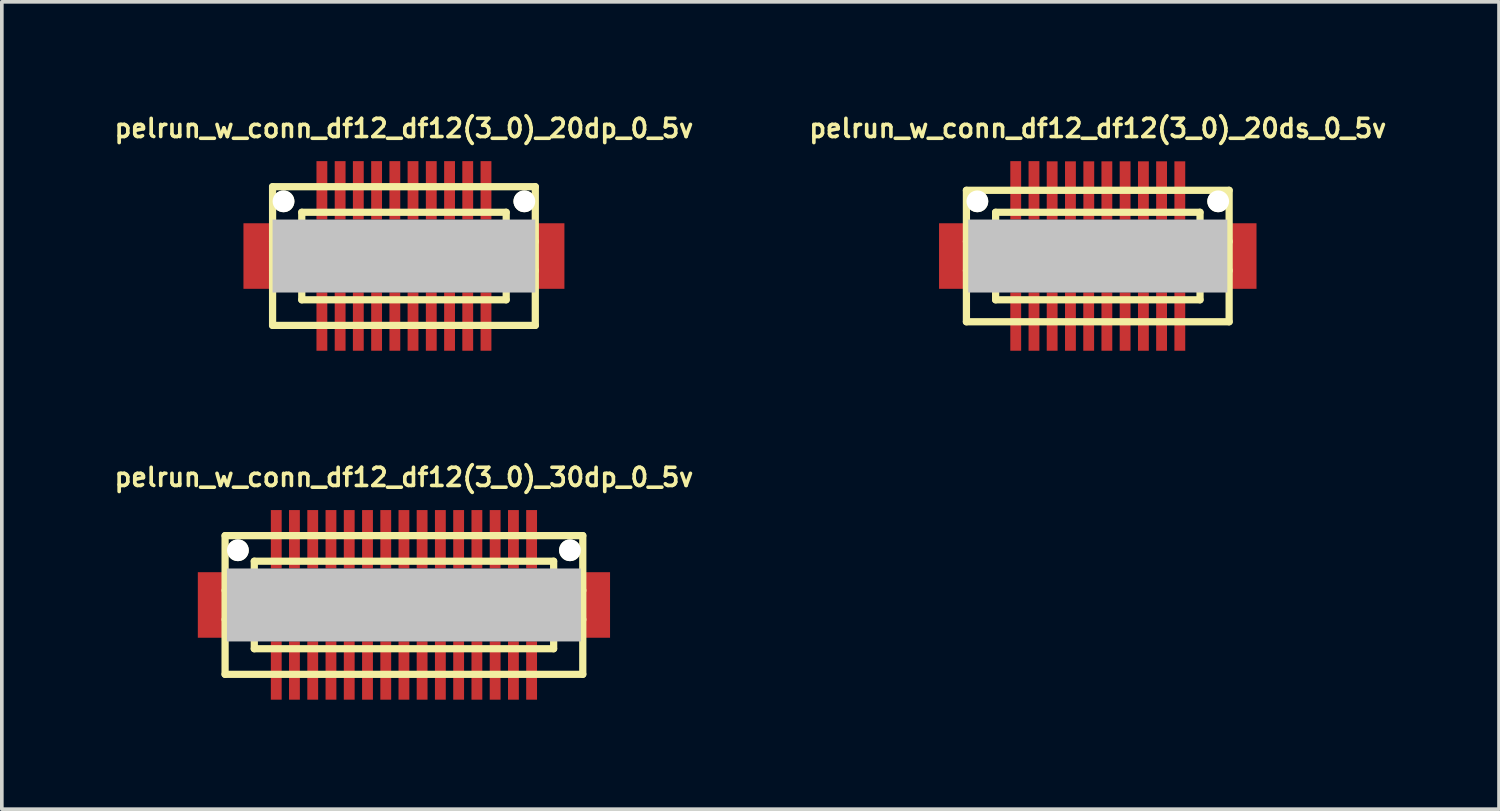
<source format=kicad_pcb>
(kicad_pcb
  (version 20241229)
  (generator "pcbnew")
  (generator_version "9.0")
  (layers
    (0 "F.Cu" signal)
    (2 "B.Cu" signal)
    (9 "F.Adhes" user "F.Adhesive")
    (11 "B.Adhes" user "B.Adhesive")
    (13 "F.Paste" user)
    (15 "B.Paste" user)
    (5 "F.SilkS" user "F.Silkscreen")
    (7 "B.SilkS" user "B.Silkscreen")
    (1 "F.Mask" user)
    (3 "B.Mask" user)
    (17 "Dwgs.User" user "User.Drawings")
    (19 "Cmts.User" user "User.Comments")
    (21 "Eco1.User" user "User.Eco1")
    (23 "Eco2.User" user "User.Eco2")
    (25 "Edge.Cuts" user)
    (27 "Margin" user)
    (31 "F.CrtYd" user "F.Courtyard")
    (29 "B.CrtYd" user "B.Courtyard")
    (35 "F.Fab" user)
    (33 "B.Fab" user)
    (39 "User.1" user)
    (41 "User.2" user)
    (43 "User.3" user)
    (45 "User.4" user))
  (footprint "pelrun_w_conn_df12_df12(3_0)_20ds_0_5v"
    (layer "F.Cu")
    (at 27.027 3.965)
    (property "Reference" "pelrun_w_conn_df12_df12(3_0)_20ds_0_5v" (at 0 -3.5 0) (layer "F.SilkS") (effects (font (size 0.498 0.498) (thickness 0.099))))
    (attr through_hole)
    (fp_line (start -3.599 1.801) (end -3.599 -1.801) (stroke (width 0.198) (type solid)) (layer "F.SilkS"))
    (fp_line (start -3.599 1.801) (end 3.599 1.801) (stroke (width 0.198) (type solid)) (layer "F.SilkS"))
    (fp_line (start -2.799 -1.199) (end 2.799 -1.199) (stroke (width 0.198) (type solid)) (layer "F.SilkS"))
    (fp_line (start -2.799 -0.399) (end -3.599 -0.399) (stroke (width 0.198) (type solid)) (layer "F.SilkS"))
    (fp_line (start -2.799 0.399) (end -3.599 0.399) (stroke (width 0.198) (type solid)) (layer "F.SilkS"))
    (fp_line (start -2.799 0.701) (end 2.799 0.701) (stroke (width 0.198) (type solid)) (layer "F.SilkS"))
    (fp_line (start -2.799 1.199) (end -2.799 -1.199) (stroke (width 0.198) (type solid)) (layer "F.SilkS"))
    (fp_line (start 2.799 -0.701) (end -2.799 -0.701) (stroke (width 0.198) (type solid)) (layer "F.SilkS"))
    (fp_line (start 2.799 1.199) (end -2.799 1.199) (stroke (width 0.198) (type solid)) (layer "F.SilkS"))
    (fp_line (start 2.802 -1.199) (end 2.802 1.199) (stroke (width 0.198) (type solid)) (layer "F.SilkS"))
    (fp_line (start 2.802 -0.399) (end 3.602 -0.399) (stroke (width 0.198) (type solid)) (layer "F.SilkS"))
    (fp_line (start 3.599 -1.801) (end -3.599 -1.801) (stroke (width 0.198) (type solid)) (layer "F.SilkS"))
    (fp_line (start 3.599 -1.801) (end 3.599 1.801) (stroke (width 0.198) (type solid)) (layer "F.SilkS"))
    (fp_line (start 3.602 0.399) (end 2.802 0.399) (stroke (width 0.198) (type solid)) (layer "F.SilkS"))
    (pad "" smd rect (at -3.95 0) (size 0.798 1.796) (layers "F.Cu" "F.Mask" "F.Paste"))
    (pad "" np_thru_hole circle (at -3.299 -1.499) (size 0.597 0.597) (drill 0.597) (layers "*.Cu" "*.Mask" "F.SilkS"))
    (pad "" smd rect (at 0 0) (size 7.099 1.999) (layers "Dwgs.User"))
    (pad "" np_thru_hole circle (at 3.299 -1.499) (size 0.597 0.597) (drill 0.597) (layers "*.Cu" "*.Mask" "F.SilkS"))
    (pad "" smd rect (at 3.95 0) (size 0.798 1.796) (layers "F.Cu" "F.Mask" "F.Paste"))
    (pad "1" smd rect (at -2.248 1.796) (size 0.297 1.598) (layers "F.Cu" "F.Mask" "F.Paste"))
    (pad "2" smd rect (at -1.748 1.796) (size 0.297 1.598) (layers "F.Cu" "F.Mask" "F.Paste"))
    (pad "3" smd rect (at -1.25 1.796) (size 0.297 1.598) (layers "F.Cu" "F.Mask" "F.Paste"))
    (pad "4" smd rect (at -0.749 1.796) (size 0.297 1.598) (layers "F.Cu" "F.Mask" "F.Paste"))
    (pad "5" smd rect (at -0.249 1.796) (size 0.297 1.598) (layers "F.Cu" "F.Mask" "F.Paste"))
    (pad "6" smd rect (at 0.249 1.796) (size 0.297 1.598) (layers "F.Cu" "F.Mask" "F.Paste"))
    (pad "7" smd rect (at 0.749 1.796) (size 0.297 1.598) (layers "F.Cu" "F.Mask" "F.Paste"))
    (pad "8" smd rect (at 1.25 1.796) (size 0.297 1.598) (layers "F.Cu" "F.Mask" "F.Paste"))
    (pad "9" smd rect (at 1.748 1.796) (size 0.297 1.598) (layers "F.Cu" "F.Mask" "F.Paste"))
    (pad "10" smd rect (at 2.248 1.796) (size 0.297 1.598) (layers "F.Cu" "F.Mask" "F.Paste"))
    (pad "11" smd rect (at 2.248 -1.796) (size 0.297 1.598) (layers "F.Cu" "F.Mask" "F.Paste"))
    (pad "12" smd rect (at 1.748 -1.796) (size 0.297 1.598) (layers "F.Cu" "F.Mask" "F.Paste"))
    (pad "13" smd rect (at 1.25 -1.796) (size 0.297 1.598) (layers "F.Cu" "F.Mask" "F.Paste"))
    (pad "14" smd rect (at 0.749 -1.796) (size 0.297 1.598) (layers "F.Cu" "F.Mask" "F.Paste"))
    (pad "15" smd rect (at 0.249 -1.796) (size 0.297 1.598) (layers "F.Cu" "F.Mask" "F.Paste"))
    (pad "16" smd rect (at -0.246 -1.796) (size 0.297 1.598) (layers "F.Cu" "F.Mask" "F.Paste"))
    (pad "17" smd rect (at -0.749 -1.796) (size 0.297 1.598) (layers "F.Cu" "F.Mask" "F.Paste"))
    (pad "18" smd rect (at -1.25 -1.796) (size 0.297 1.598) (layers "F.Cu" "F.Mask" "F.Paste"))
    (pad "19" smd rect (at -1.748 -1.801) (size 0.297 1.598) (layers "F.Cu" "F.Mask" "F.Paste"))
    (pad "20" smd rect (at -2.248 -1.801) (size 0.297 1.598) (layers "F.Cu" "F.Mask" "F.Paste")))
  (footprint "pelrun_w_conn_df12_df12(3_0)_30dp_0_5v"
    (layer "F.Cu")
    (at 8.017 13.525)
    (property "Reference" "pelrun_w_conn_df12_df12(3_0)_30dp_0_5v" (at 0 -3.5 0) (layer "F.SilkS") (effects (font (size 0.498 0.498) (thickness 0.099))))
    (attr through_hole)
    (fp_line (start -4.9 -1.9) (end -4.9 1.9) (stroke (width 0.198) (type solid)) (layer "F.SilkS"))
    (fp_line (start -4.9 -1.9) (end 4.9 -1.9) (stroke (width 0.198) (type solid)) (layer "F.SilkS"))
    (fp_line (start -4.1 -0.399) (end -4.9 -0.399) (stroke (width 0.198) (type solid)) (layer "F.SilkS"))
    (fp_line (start -4.1 0.399) (end -4.9 0.399) (stroke (width 0.198) (type solid)) (layer "F.SilkS"))
    (fp_line (start -4.1 1.199) (end -4.1 -1.199) (stroke (width 0.198) (type solid)) (layer "F.SilkS"))
    (fp_line (start -4.1 1.199) (end 4.1 1.199) (stroke (width 0.198) (type solid)) (layer "F.SilkS"))
    (fp_line (start 4.1 -1.199) (end -4.1 -1.199) (stroke (width 0.198) (type solid)) (layer "F.SilkS"))
    (fp_line (start 4.102 -1.199) (end 4.102 1.199) (stroke (width 0.198) (type solid)) (layer "F.SilkS"))
    (fp_line (start 4.102 -0.399) (end 4.902 -0.399) (stroke (width 0.198) (type solid)) (layer "F.SilkS"))
    (fp_line (start 4.9 1.9) (end -4.9 1.9) (stroke (width 0.198) (type solid)) (layer "F.SilkS"))
    (fp_line (start 4.9 1.9) (end 4.9 -1.9) (stroke (width 0.198) (type solid)) (layer "F.SilkS"))
    (fp_line (start 4.902 0.399) (end 4.102 0.399) (stroke (width 0.198) (type solid)) (layer "F.SilkS"))
    (pad "" smd rect (at -5.248 0) (size 0.798 1.796) (layers "F.Cu" "F.Mask" "F.Paste"))
    (pad "" np_thru_hole circle (at -4.549 -1.499) (size 0.597 0.597) (drill 0.597) (layers "*.Cu" "*.Mask" "F.SilkS"))
    (pad "" smd rect (at 0 0) (size 9.698 1.999) (layers "Dwgs.User"))
    (pad "" np_thru_hole circle (at 4.549 -1.499) (size 0.597 0.597) (drill 0.597) (layers "*.Cu" "*.Mask" "F.SilkS"))
    (pad "" smd rect (at 5.248 0) (size 0.798 1.796) (layers "F.Cu" "F.Mask" "F.Paste"))
    (pad "1" smd rect (at 3.498 1.796) (size 0.297 1.598) (layers "F.Cu" "F.Mask" "F.Paste"))
    (pad "2" smd rect (at 3 1.796) (size 0.297 1.598) (layers "F.Cu" "F.Mask" "F.Paste"))
    (pad "3" smd rect (at 2.499 1.796) (size 0.297 1.598) (layers "F.Cu" "F.Mask" "F.Paste"))
    (pad "4" smd rect (at 1.999 1.796) (size 0.297 1.598) (layers "F.Cu" "F.Mask" "F.Paste"))
    (pad "5" smd rect (at 1.499 1.796) (size 0.297 1.598) (layers "F.Cu" "F.Mask" "F.Paste"))
    (pad "6" smd rect (at 0.998 1.796) (size 0.297 1.598) (layers "F.Cu" "F.Mask" "F.Paste"))
    (pad "7" smd rect (at 0.498 1.796) (size 0.297 1.598) (layers "F.Cu" "F.Mask" "F.Paste"))
    (pad "8" smd rect (at 0 1.796) (size 0.297 1.598) (layers "F.Cu" "F.Mask" "F.Paste"))
    (pad "9" smd rect (at -0.498 1.796) (size 0.297 1.598) (layers "F.Cu" "F.Mask" "F.Paste"))
    (pad "10" smd rect (at -0.998 1.796) (size 0.297 1.598) (layers "F.Cu" "F.Mask" "F.Paste"))
    (pad "11" smd rect (at -1.499 1.796) (size 0.297 1.598) (layers "F.Cu" "F.Mask" "F.Paste"))
    (pad "12" smd rect (at -1.999 1.796) (size 0.297 1.598) (layers "F.Cu" "F.Mask" "F.Paste"))
    (pad "13" smd rect (at -2.499 1.796) (size 0.297 1.598) (layers "F.Cu" "F.Mask" "F.Paste"))
    (pad "14" smd rect (at -3 1.796) (size 0.297 1.598) (layers "F.Cu" "F.Mask" "F.Paste"))
    (pad "15" smd rect (at -3.498 1.796) (size 0.297 1.598) (layers "F.Cu" "F.Mask" "F.Paste"))
    (pad "16" smd rect (at -3.498 -1.801) (size 0.297 1.598) (layers "F.Cu" "F.Mask" "F.Paste"))
    (pad "17" smd rect (at -3 -1.801) (size 0.297 1.598) (layers "F.Cu" "F.Mask" "F.Paste"))
    (pad "18" smd rect (at -2.499 -1.801) (size 0.297 1.598) (layers "F.Cu" "F.Mask" "F.Paste"))
    (pad "19" smd rect (at -1.999 -1.801) (size 0.297 1.598) (layers "F.Cu" "F.Mask" "F.Paste"))
    (pad "20" smd rect (at -1.499 -1.801) (size 0.297 1.598) (layers "F.Cu" "F.Mask" "F.Paste"))
    (pad "21" smd rect (at -0.998 -1.801) (size 0.297 1.598) (layers "F.Cu" "F.Mask" "F.Paste"))
    (pad "22" smd rect (at -0.498 -1.801) (size 0.297 1.598) (layers "F.Cu" "F.Mask" "F.Paste"))
    (pad "23" smd rect (at 0 -1.801) (size 0.297 1.598) (layers "F.Cu" "F.Mask" "F.Paste"))
    (pad "24" smd rect (at 0.498 -1.801) (size 0.297 1.598) (layers "F.Cu" "F.Mask" "F.Paste"))
    (pad "25" smd rect (at 0.998 -1.801) (size 0.297 1.598) (layers "F.Cu" "F.Mask" "F.Paste"))
    (pad "26" smd rect (at 1.499 -1.801) (size 0.297 1.598) (layers "F.Cu" "F.Mask" "F.Paste"))
    (pad "27" smd rect (at 1.999 -1.801) (size 0.297 1.598) (layers "F.Cu" "F.Mask" "F.Paste"))
    (pad "28" smd rect (at 2.499 -1.801) (size 0.297 1.598) (layers "F.Cu" "F.Mask" "F.Paste"))
    (pad "29" smd rect (at 3 -1.801) (size 0.297 1.598) (layers "F.Cu" "F.Mask" "F.Paste"))
    (pad "30" smd rect (at 3.498 -1.801) (size 0.297 1.598) (layers "F.Cu" "F.Mask" "F.Paste")))
  (footprint "pelrun_w_conn_df12_df12(3_0)_20dp_0_5v"
    (layer "F.Cu")
    (at 8.017 3.965)
    (property "Reference" "pelrun_w_conn_df12_df12(3_0)_20dp_0_5v" (at 0 -3.5 0) (layer "F.SilkS") (effects (font (size 0.498 0.498) (thickness 0.099))))
    (attr through_hole)
    (fp_line (start -3.599 -1.9) (end -3.599 1.9) (stroke (width 0.198) (type solid)) (layer "F.SilkS"))
    (fp_line (start -3.599 -1.9) (end 3.599 -1.9) (stroke (width 0.198) (type solid)) (layer "F.SilkS"))
    (fp_line (start -2.799 -0.399) (end -3.599 -0.399) (stroke (width 0.198) (type solid)) (layer "F.SilkS"))
    (fp_line (start -2.799 0.399) (end -3.599 0.399) (stroke (width 0.198) (type solid)) (layer "F.SilkS"))
    (fp_line (start -2.799 1.199) (end -2.799 -1.199) (stroke (width 0.198) (type solid)) (layer "F.SilkS"))
    (fp_line (start -2.799 1.199) (end 2.799 1.199) (stroke (width 0.198) (type solid)) (layer "F.SilkS"))
    (fp_line (start 2.799 -1.199) (end -2.799 -1.199) (stroke (width 0.198) (type solid)) (layer "F.SilkS"))
    (fp_line (start 2.802 -1.199) (end 2.802 1.199) (stroke (width 0.198) (type solid)) (layer "F.SilkS"))
    (fp_line (start 2.802 -0.399) (end 3.602 -0.399) (stroke (width 0.198) (type solid)) (layer "F.SilkS"))
    (fp_line (start 3.599 1.9) (end -3.599 1.9) (stroke (width 0.198) (type solid)) (layer "F.SilkS"))
    (fp_line (start 3.599 1.9) (end 3.599 -1.9) (stroke (width 0.198) (type solid)) (layer "F.SilkS"))
    (fp_line (start 3.602 0.399) (end 2.802 0.399) (stroke (width 0.198) (type solid)) (layer "F.SilkS"))
    (pad "" smd rect (at -3.998 0) (size 0.798 1.796) (layers "F.Cu" "F.Mask" "F.Paste"))
    (pad "" np_thru_hole circle (at -3.299 -1.499) (size 0.597 0.597) (drill 0.597) (layers "*.Cu" "*.Mask" "F.SilkS"))
    (pad "" smd rect (at 0 0) (size 7.198 1.999) (layers "Dwgs.User"))
    (pad "" np_thru_hole circle (at 3.299 -1.499) (size 0.597 0.597) (drill 0.597) (layers "*.Cu" "*.Mask" "F.SilkS"))
    (pad "" smd rect (at 3.998 0) (size 0.798 1.796) (layers "F.Cu" "F.Mask" "F.Paste"))
    (pad "1" smd rect (at 2.248 1.796) (size 0.297 1.598) (layers "F.Cu" "F.Mask" "F.Paste"))
    (pad "2" smd rect (at 1.748 1.796) (size 0.297 1.598) (layers "F.Cu" "F.Mask" "F.Paste"))
    (pad "3" smd rect (at 1.25 1.796) (size 0.297 1.598) (layers "F.Cu" "F.Mask" "F.Paste"))
    (pad "4" smd rect (at 0.749 1.796) (size 0.297 1.598) (layers "F.Cu" "F.Mask" "F.Paste"))
    (pad "5" smd rect (at 0.249 1.796) (size 0.297 1.598) (layers "F.Cu" "F.Mask" "F.Paste"))
    (pad "6" smd rect (at -0.249 1.796) (size 0.297 1.598) (layers "F.Cu" "F.Mask" "F.Paste"))
    (pad "7" smd rect (at -0.749 1.796) (size 0.297 1.598) (layers "F.Cu" "F.Mask" "F.Paste"))
    (pad "8" smd rect (at -1.25 1.796) (size 0.297 1.598) (layers "F.Cu" "F.Mask" "F.Paste"))
    (pad "9" smd rect (at -1.748 1.796) (size 0.297 1.598) (layers "F.Cu" "F.Mask" "F.Paste"))
    (pad "10" smd rect (at -2.248 1.796) (size 0.297 1.598) (layers "F.Cu" "F.Mask" "F.Paste"))
    (pad "11" smd rect (at -2.248 -1.801) (size 0.297 1.598) (layers "F.Cu" "F.Mask" "F.Paste"))
    (pad "12" smd rect (at -1.748 -1.801) (size 0.297 1.598) (layers "F.Cu" "F.Mask" "F.Paste"))
    (pad "13" smd rect (at -1.25 -1.801) (size 0.297 1.598) (layers "F.Cu" "F.Mask" "F.Paste"))
    (pad "14" smd rect (at -0.749 -1.801) (size 0.297 1.598) (layers "F.Cu" "F.Mask" "F.Paste"))
    (pad "15" smd rect (at -0.249 -1.801) (size 0.297 1.598) (layers "F.Cu" "F.Mask" "F.Paste"))
    (pad "16" smd rect (at 0.249 -1.801) (size 0.297 1.598) (layers "F.Cu" "F.Mask" "F.Paste"))
    (pad "17" smd rect (at 0.749 -1.801) (size 0.297 1.598) (layers "F.Cu" "F.Mask" "F.Paste"))
    (pad "18" smd rect (at 1.25 -1.801) (size 0.297 1.598) (layers "F.Cu" "F.Mask" "F.Paste"))
    (pad "19" smd rect (at 1.748 -1.801) (size 0.297 1.598) (layers "F.Cu" "F.Mask" "F.Paste"))
    (pad "20" smd rect (at 2.248 -1.801) (size 0.297 1.598) (layers "F.Cu" "F.Mask" "F.Paste")))
  (gr_rect
    (start -3 -3)
    (end 38.02 19.12)
    (stroke (width 0.1) (type default))
    (fill no)
    (layer "Edge.Cuts")))
</source>
